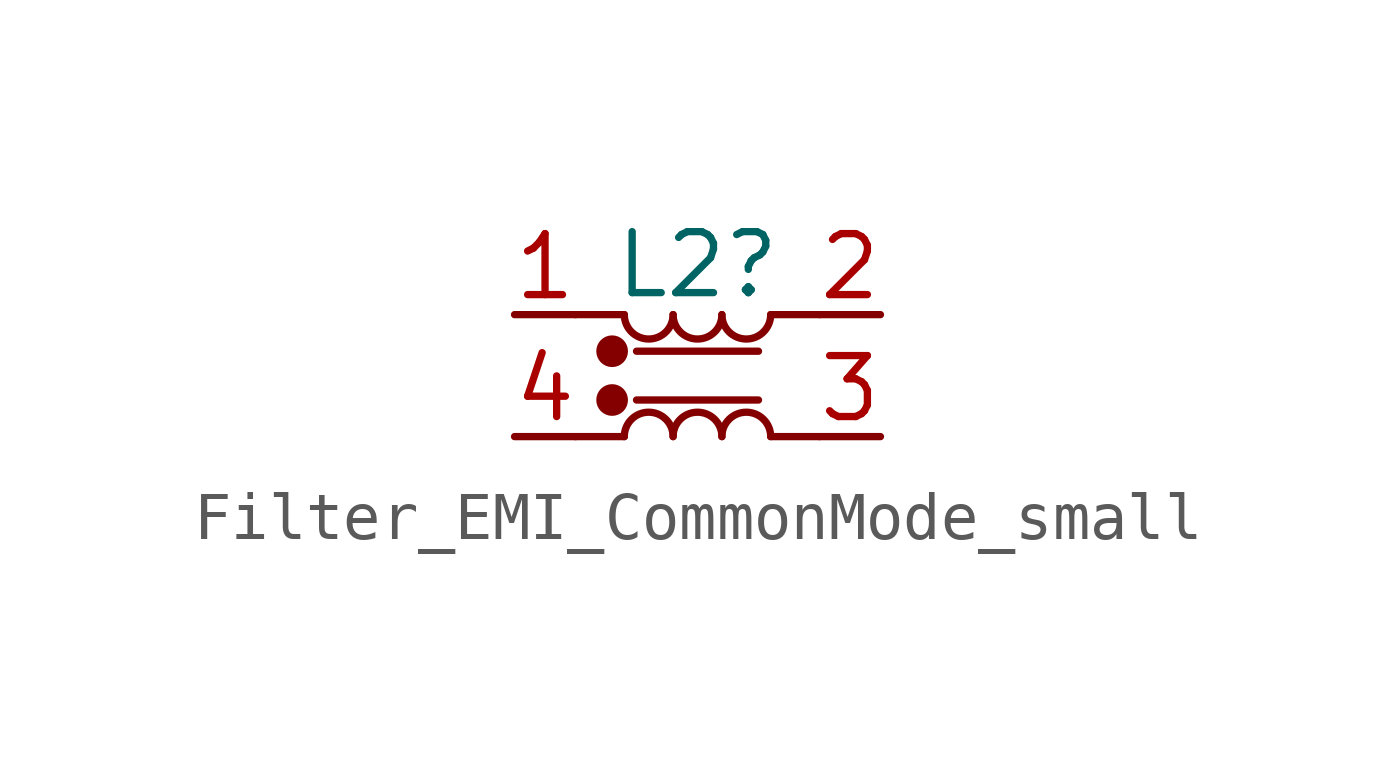
<source format=kicad_sym>
(kicad_symbol_lib
  (version 20220914)
  (generator kicad_symbol_editor)
  (symbol "Filter_EMI_CommonMode_small"
    (pin_names
      (offset 0.254) hide)
    (property "Reference" "L2"
      (at 0 2.308 0)
      (effects (font (size 1.27 1.27))))
    (symbol "Filter_EMI_CommonMode_small_0_1"
      (circle (center -1.778 -0.508) (radius 0.254) (stroke (width 0) (type default)) (fill (type outline)))
      (circle (center -1.778 0.508) (radius 0.254) (stroke (width 0) (type default)) (fill (type outline)))
      (arc (start -1.524 1.27) (mid -1.016 0.7642) (end -0.508 1.27) (stroke (width 0) (type default)) (fill (type none)))
      (arc (start -0.508 -1.27) (mid -1.016 -0.7642) (end -1.524 -1.27) (stroke (width 0) (type default)) (fill (type none)))
      (arc (start -0.508 1.27) (mid 0 0.7642) (end 0.508 1.27) (stroke (width 0) (type default)) (fill (type none)))
      (polyline (pts (xy -2.54 1.27) (xy -1.524 1.27)) (stroke (width 0.152) (type default)) (fill (type none)))
      (polyline (pts (xy -1.27 0.508) (xy 1.27 0.508)) (stroke (width 0) (type default)) (fill (type none)))
      (polyline (pts (xy 1.27 -0.508) (xy -1.27 -0.508)) (stroke (width 0) (type default)) (fill (type none)))
      (polyline (pts (xy 1.524 -1.27) (xy 2.54 -1.27)) (stroke (width 0.152) (type default)) (fill (type none)))
      (polyline (pts (xy 1.524 1.27) (xy 2.54 1.27)) (stroke (width 0.152) (type default)) (fill (type none)))
      (polyline (pts (xy -2.54 -1.27) (xy -1.651 -1.27) (xy -1.524 -1.27)) (stroke (width 0.152) (type default)) (fill (type none)))
      (arc (start 0.508 -1.27) (mid 0 -0.7642) (end -0.508 -1.27) (stroke (width 0) (type default)) (fill (type none)))
      (arc (start 0.508 1.27) (mid 1.016 0.7642) (end 1.524 1.27) (stroke (width 0) (type default)) (fill (type none)))
      (arc (start 1.524 -1.27) (mid 1.016 -0.7642) (end 0.508 -1.27) (stroke (width 0) (type default)) (fill (type none))))
    (symbol "Filter_EMI_CommonMode_small_1_1"
      (pin passive line (at -3.81 1.27 0) (length 1.27) (name "1" (effects (font (size 1.27 1.27)))) (number "1" (effects (font (size 1.27 1.27)))))
      (pin passive line (at 3.81 1.27 180) (length 1.27) (name "2" (effects (font (size 1.27 1.27)))) (number "2" (effects (font (size 1.27 1.27)))))
      (pin passive line (at 3.81 -1.27 180) (length 1.27) (name "3" (effects (font (size 1.27 1.27)))) (number "3" (effects (font (size 1.27 1.27)))))
      (pin passive line (at -3.81 -1.27 0) (length 1.27) (name "4" (effects (font (size 1.27 1.27)))) (number "4" (effects (font (size 1.27 1.27))))))))
</source>
